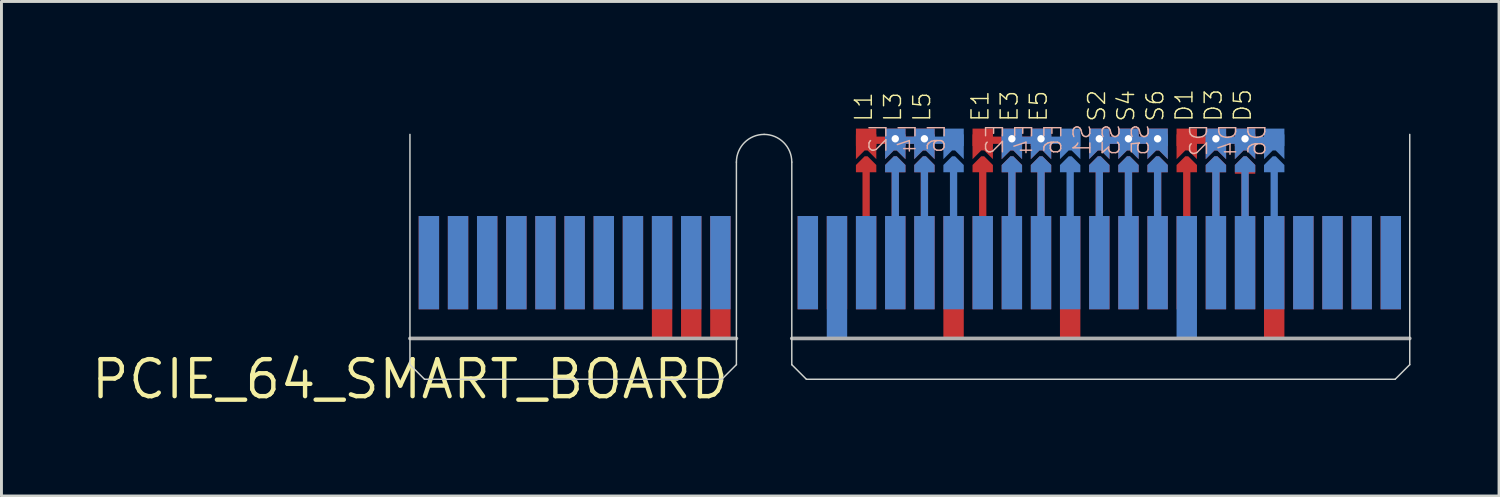
<source format=kicad_pcb>
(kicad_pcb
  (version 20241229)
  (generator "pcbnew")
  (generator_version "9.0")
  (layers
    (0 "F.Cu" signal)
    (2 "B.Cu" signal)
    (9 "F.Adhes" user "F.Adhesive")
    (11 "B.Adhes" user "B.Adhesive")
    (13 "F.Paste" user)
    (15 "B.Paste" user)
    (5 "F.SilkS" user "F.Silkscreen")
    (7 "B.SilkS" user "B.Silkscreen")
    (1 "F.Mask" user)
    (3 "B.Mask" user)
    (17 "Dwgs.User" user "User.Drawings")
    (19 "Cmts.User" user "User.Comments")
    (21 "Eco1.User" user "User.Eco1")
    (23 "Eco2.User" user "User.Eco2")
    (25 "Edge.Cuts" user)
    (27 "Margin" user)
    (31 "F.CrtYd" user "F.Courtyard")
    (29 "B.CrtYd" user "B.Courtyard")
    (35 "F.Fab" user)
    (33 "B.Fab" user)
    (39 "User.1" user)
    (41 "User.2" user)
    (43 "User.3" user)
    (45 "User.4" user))
  (footprint "PCIE_64_SMART_BOARD"
    (layer "F.Cu")
    (at 11.014 9.961)
    (property "Reference" "PCIE_64_SMART_BOARD" (at 0 0 0) (layer "F.SilkS") (effects (font (size 1.27 1.27) (thickness 0.15))))
    (attr through_hole)
    (fp_line (start 15.65 -7.15) (end 15.65 -5.55) (stroke (width 0.25) (type solid)) (layer "F.Cu"))
    (fp_line (start 16.65 -7.15) (end 16.65 -5.55) (stroke (width 0.25) (type solid)) (layer "F.Cu"))
    (fp_line (start 17.65 -8.2) (end 15.6 -8.2) (stroke (width 0.25) (type solid)) (layer "F.Cu"))
    (fp_line (start 17.65 -7.15) (end 17.65 -5.55) (stroke (width 0.25) (type solid)) (layer "F.Cu"))
    (fp_line (start 19.65 -7.15) (end 19.65 -5.55) (stroke (width 0.25) (type solid)) (layer "F.Cu"))
    (fp_line (start 20.65 -7.15) (end 20.65 -5.55) (stroke (width 0.25) (type solid)) (layer "F.Cu"))
    (fp_line (start 21.65 -7.15) (end 21.65 -5.55) (stroke (width 0.25) (type solid)) (layer "F.Cu"))
    (fp_line (start 21.7 -8.2) (end 19.65 -8.2) (stroke (width 0.25) (type solid)) (layer "F.Cu"))
    (fp_line (start 23.65 -7.15) (end 23.65 -5.55) (stroke (width 0.25) (type solid)) (layer "F.Cu"))
    (fp_line (start 23.7 -8.2) (end 25.7 -8.2) (stroke (width 0.25) (type solid)) (layer "F.Cu"))
    (fp_line (start 24.65 -7.15) (end 24.65 -5.55) (stroke (width 0.25) (type solid)) (layer "F.Cu"))
    (fp_line (start 25.65 -7.15) (end 25.65 -5.55) (stroke (width 0.25) (type solid)) (layer "F.Cu"))
    (fp_line (start 26.65 -7.15) (end 26.65 -5.55) (stroke (width 0.25) (type solid)) (layer "F.Cu"))
    (fp_line (start 26.7 -8.2) (end 28.7 -8.2) (stroke (width 0.25) (type solid)) (layer "F.Cu"))
    (fp_line (start 27.65 -7.15) (end 27.65 -5.55) (stroke (width 0.25) (type solid)) (layer "F.Cu"))
    (fp_line (start 28.65 -7.1) (end 28.65 -5.55) (stroke (width 0.25) (type solid)) (layer "F.Cu"))
    (fp_line (start 28.7 -7.1) (end 28.65 -7.1) (stroke (width 0.127) (type solid)) (layer "F.Cu"))
    (fp_poly (pts (xy 15.3 -8.6) (xy 15.3 -7.55) (xy 15.6 -7.85) (xy 15.7 -7.85) (xy 16 -7.55) (xy 16 -8.6)) (stroke (width 0) (type solid)) (fill yes) (layer "F.Cu"))
    (fp_poly (pts (xy 15.3 -7.35) (xy 15.6 -7.65) (xy 15.7 -7.65) (xy 16 -7.35) (xy 16 -7.1) (xy 15.3 -7.1)) (stroke (width 0) (type solid)) (fill yes) (layer "F.Cu"))
    (fp_poly (pts (xy 16.3 -8.6) (xy 16.3 -7.55) (xy 16.6 -7.85) (xy 16.7 -7.85) (xy 17 -7.55) (xy 17 -8.6)) (stroke (width 0) (type solid)) (fill yes) (layer "F.Cu"))
    (fp_poly (pts (xy 16.3 -7.35) (xy 16.6 -7.65) (xy 16.7 -7.65) (xy 17 -7.35) (xy 17 -7.1) (xy 16.3 -7.1)) (stroke (width 0) (type solid)) (fill yes) (layer "F.Cu"))
    (fp_poly (pts (xy 17.3 -8.6) (xy 17.3 -7.55) (xy 17.6 -7.85) (xy 17.7 -7.85) (xy 18 -7.55) (xy 18 -8.6)) (stroke (width 0) (type solid)) (fill yes) (layer "F.Cu"))
    (fp_poly (pts (xy 17.3 -7.35) (xy 17.6 -7.65) (xy 17.7 -7.65) (xy 18 -7.35) (xy 18 -7.1) (xy 17.3 -7.1)) (stroke (width 0) (type solid)) (fill yes) (layer "F.Cu"))
    (fp_poly (pts (xy 19.3 -8.6) (xy 19.3 -7.55) (xy 19.6 -7.85) (xy 19.7 -7.85) (xy 20 -7.55) (xy 20 -8.6)) (stroke (width 0) (type solid)) (fill yes) (layer "F.Cu"))
    (fp_poly (pts (xy 19.3 -7.35) (xy 19.6 -7.65) (xy 19.7 -7.65) (xy 20 -7.35) (xy 20 -7.1) (xy 19.3 -7.1)) (stroke (width 0) (type solid)) (fill yes) (layer "F.Cu"))
    (fp_poly (pts (xy 20.3 -8.6) (xy 20.3 -7.55) (xy 20.6 -7.85) (xy 20.7 -7.85) (xy 21 -7.55) (xy 21 -8.6)) (stroke (width 0) (type solid)) (fill yes) (layer "F.Cu"))
    (fp_poly (pts (xy 20.3 -7.35) (xy 20.6 -7.65) (xy 20.7 -7.65) (xy 21 -7.35) (xy 21 -7.1) (xy 20.3 -7.1)) (stroke (width 0) (type solid)) (fill yes) (layer "F.Cu"))
    (fp_poly (pts (xy 21.3 -8.6) (xy 21.3 -7.55) (xy 21.6 -7.85) (xy 21.7 -7.85) (xy 22 -7.55) (xy 22 -8.6)) (stroke (width 0) (type solid)) (fill yes) (layer "F.Cu"))
    (fp_poly (pts (xy 21.3 -7.35) (xy 21.6 -7.65) (xy 21.7 -7.65) (xy 22 -7.35) (xy 22 -7.1) (xy 21.3 -7.1)) (stroke (width 0) (type solid)) (fill yes) (layer "F.Cu"))
    (fp_poly (pts (xy 23.3 -8.6) (xy 23.3 -7.55) (xy 23.6 -7.85) (xy 23.7 -7.85) (xy 24 -7.55) (xy 24 -8.6)) (stroke (width 0) (type solid)) (fill yes) (layer "F.Cu"))
    (fp_poly (pts (xy 23.3 -7.35) (xy 23.6 -7.65) (xy 23.7 -7.65) (xy 24 -7.35) (xy 24 -7.1) (xy 23.3 -7.1)) (stroke (width 0) (type solid)) (fill yes) (layer "F.Cu"))
    (fp_poly (pts (xy 24.3 -8.6) (xy 24.3 -7.55) (xy 24.6 -7.85) (xy 24.7 -7.85) (xy 25 -7.55) (xy 25 -8.6)) (stroke (width 0) (type solid)) (fill yes) (layer "F.Cu"))
    (fp_poly (pts (xy 24.3 -7.35) (xy 24.6 -7.65) (xy 24.7 -7.65) (xy 25 -7.35) (xy 25 -7.1) (xy 24.3 -7.1)) (stroke (width 0) (type solid)) (fill yes) (layer "F.Cu"))
    (fp_poly (pts (xy 25.3 -8.6) (xy 25.3 -7.55) (xy 25.6 -7.85) (xy 25.7 -7.85) (xy 26 -7.55) (xy 26 -8.6)) (stroke (width 0) (type solid)) (fill yes) (layer "F.Cu"))
    (fp_poly (pts (xy 25.3 -7.35) (xy 25.6 -7.65) (xy 25.7 -7.65) (xy 26 -7.35) (xy 26 -7.1) (xy 25.3 -7.1)) (stroke (width 0) (type solid)) (fill yes) (layer "F.Cu"))
    (fp_poly (pts (xy 26.3 -8.6) (xy 26.3 -7.55) (xy 26.6 -7.85) (xy 26.7 -7.85) (xy 27 -7.55) (xy 27 -8.6)) (stroke (width 0) (type solid)) (fill yes) (layer "F.Cu"))
    (fp_poly (pts (xy 26.3 -7.35) (xy 26.6 -7.65) (xy 26.7 -7.65) (xy 27 -7.35) (xy 27 -7.1) (xy 26.3 -7.1)) (stroke (width 0) (type solid)) (fill yes) (layer "F.Cu"))
    (fp_poly (pts (xy 27.3 -8.6) (xy 27.3 -7.55) (xy 27.6 -7.85) (xy 27.7 -7.85) (xy 28 -7.55) (xy 28 -8.6)) (stroke (width 0) (type solid)) (fill yes) (layer "F.Cu"))
    (fp_poly (pts (xy 27.3 -7.35) (xy 27.6 -7.65) (xy 27.7 -7.65) (xy 28 -7.35) (xy 28 -7.1) (xy 27.3 -7.1)) (stroke (width 0) (type solid)) (fill yes) (layer "F.Cu"))
    (fp_poly (pts (xy 28.3 -8.6) (xy 28.3 -7.55) (xy 28.6 -7.85) (xy 28.7 -7.85) (xy 29 -7.55) (xy 29 -8.6)) (stroke (width 0) (type solid)) (fill yes) (layer "F.Cu"))
    (fp_poly (pts (xy 28.3 -7.35) (xy 28.6 -7.65) (xy 28.7 -7.65) (xy 29 -7.35) (xy 29 -7.05) (xy 28.3 -7.05)) (stroke (width 0) (type solid)) (fill yes) (layer "F.Cu"))
    (fp_poly (pts (xy 15.3 -8.6) (xy 16 -8.6) (xy 16 -7.1) (xy 15.3 -7.1)) (stroke (width 0) (type solid)) (fill yes) (layer "F.Mask"))
    (fp_poly (pts (xy 16.3 -8.6) (xy 17 -8.6) (xy 17 -7.1) (xy 16.3 -7.1)) (stroke (width 0) (type solid)) (fill yes) (layer "F.Mask"))
    (fp_poly (pts (xy 17.3 -8.6) (xy 18 -8.6) (xy 18 -7.1) (xy 17.3 -7.1)) (stroke (width 0) (type solid)) (fill yes) (layer "F.Mask"))
    (fp_poly (pts (xy 19.3 -8.6) (xy 20 -8.6) (xy 20 -7.1) (xy 19.3 -7.1)) (stroke (width 0) (type solid)) (fill yes) (layer "F.Mask"))
    (fp_poly (pts (xy 20.3 -8.6) (xy 21 -8.6) (xy 21 -7.1) (xy 20.3 -7.1)) (stroke (width 0) (type solid)) (fill yes) (layer "F.Mask"))
    (fp_poly (pts (xy 21.3 -8.6) (xy 22 -8.6) (xy 22 -7.1) (xy 21.3 -7.1)) (stroke (width 0) (type solid)) (fill yes) (layer "F.Mask"))
    (fp_poly (pts (xy 23.3 -8.6) (xy 24 -8.6) (xy 24 -7.1) (xy 23.3 -7.1)) (stroke (width 0) (type solid)) (fill yes) (layer "F.Mask"))
    (fp_poly (pts (xy 24.3 -8.6) (xy 25 -8.6) (xy 25 -7.1) (xy 24.3 -7.1)) (stroke (width 0) (type solid)) (fill yes) (layer "F.Mask"))
    (fp_poly (pts (xy 25.3 -8.6) (xy 26 -8.6) (xy 26 -7.1) (xy 25.3 -7.1)) (stroke (width 0) (type solid)) (fill yes) (layer "F.Mask"))
    (fp_poly (pts (xy 26.3 -8.6) (xy 27 -8.6) (xy 27 -7.1) (xy 26.3 -7.1)) (stroke (width 0) (type solid)) (fill yes) (layer "F.Mask"))
    (fp_poly (pts (xy 27.3 -8.6) (xy 28 -8.6) (xy 28 -7.1) (xy 27.3 -7.1)) (stroke (width 0) (type solid)) (fill yes) (layer "F.Mask"))
    (fp_poly (pts (xy 28.3 -8.6) (xy 29 -8.6) (xy 29 -7.1) (xy 28.3 -7.1)) (stroke (width 0) (type solid)) (fill yes) (layer "F.Mask"))
    (fp_line (start 16.65 -7.15) (end 16.65 -5.55) (stroke (width 0.25) (type solid)) (layer "B.Cu"))
    (fp_line (start 17.65 -5.55) (end 17.65 -7.15) (stroke (width 0.25) (type solid)) (layer "B.Cu"))
    (fp_line (start 18.65 -8.2) (end 16.6 -8.2) (stroke (width 0.25) (type solid)) (layer "B.Cu"))
    (fp_line (start 18.65 -7.15) (end 18.65 -5.55) (stroke (width 0.25) (type solid)) (layer "B.Cu"))
    (fp_line (start 20.65 -7.15) (end 20.65 -5.55) (stroke (width 0.25) (type solid)) (layer "B.Cu"))
    (fp_line (start 21.65 -5.55) (end 21.65 -7.15) (stroke (width 0.25) (type solid)) (layer "B.Cu"))
    (fp_line (start 22.65 -8.2) (end 20.6 -8.2) (stroke (width 0.25) (type solid)) (layer "B.Cu"))
    (fp_line (start 22.65 -7.15) (end 22.65 -5.55) (stroke (width 0.25) (type solid)) (layer "B.Cu"))
    (fp_line (start 23.65 -5.55) (end 23.65 -7.15) (stroke (width 0.25) (type solid)) (layer "B.Cu"))
    (fp_line (start 24.65 -7.15) (end 24.65 -5.55) (stroke (width 0.25) (type solid)) (layer "B.Cu"))
    (fp_line (start 25.65 -7.15) (end 25.65 -5.55) (stroke (width 0.25) (type solid)) (layer "B.Cu"))
    (fp_line (start 25.7 -8.2) (end 23.65 -8.2) (stroke (width 0.25) (type solid)) (layer "B.Cu"))
    (fp_line (start 27.65 -7.15) (end 27.65 -5.55) (stroke (width 0.25) (type solid)) (layer "B.Cu"))
    (fp_line (start 28.65 -7.15) (end 28.65 -5.55) (stroke (width 0.25) (type solid)) (layer "B.Cu"))
    (fp_line (start 29.65 -8.2) (end 27.6 -8.2) (stroke (width 0.25) (type solid)) (layer "B.Cu"))
    (fp_line (start 29.65 -5.55) (end 29.65 -7.15) (stroke (width 0.25) (type solid)) (layer "B.Cu"))
    (fp_poly (pts (xy 16.3 -8.6) (xy 16.3 -7.55) (xy 16.6 -7.85) (xy 16.7 -7.85) (xy 17 -7.55) (xy 17 -8.6)) (stroke (width 0) (type solid)) (fill yes) (layer "B.Cu"))
    (fp_poly (pts (xy 16.3 -7.35) (xy 16.6 -7.65) (xy 16.7 -7.65) (xy 17 -7.35) (xy 17 -7.1) (xy 16.3 -7.1)) (stroke (width 0) (type solid)) (fill yes) (layer "B.Cu"))
    (fp_poly (pts (xy 17.3 -8.6) (xy 17.3 -7.55) (xy 17.6 -7.85) (xy 17.7 -7.85) (xy 18 -7.55) (xy 18 -8.6)) (stroke (width 0) (type solid)) (fill yes) (layer "B.Cu"))
    (fp_poly (pts (xy 17.3 -7.35) (xy 17.6 -7.65) (xy 17.7 -7.65) (xy 18 -7.35) (xy 18 -7.1) (xy 17.3 -7.1)) (stroke (width 0) (type solid)) (fill yes) (layer "B.Cu"))
    (fp_poly (pts (xy 18.3 -8.6) (xy 18.3 -7.55) (xy 18.6 -7.85) (xy 18.7 -7.85) (xy 19 -7.55) (xy 19 -8.6)) (stroke (width 0) (type solid)) (fill yes) (layer "B.Cu"))
    (fp_poly (pts (xy 18.3 -7.35) (xy 18.6 -7.65) (xy 18.7 -7.65) (xy 19 -7.35) (xy 19 -7.1) (xy 18.3 -7.1)) (stroke (width 0) (type solid)) (fill yes) (layer "B.Cu"))
    (fp_poly (pts (xy 20.3 -8.6) (xy 20.3 -7.55) (xy 20.6 -7.85) (xy 20.7 -7.85) (xy 21 -7.55) (xy 21 -8.6)) (stroke (width 0) (type solid)) (fill yes) (layer "B.Cu"))
    (fp_poly (pts (xy 20.3 -7.35) (xy 20.6 -7.65) (xy 20.7 -7.65) (xy 21 -7.35) (xy 21 -7.1) (xy 20.3 -7.1)) (stroke (width 0) (type solid)) (fill yes) (layer "B.Cu"))
    (fp_poly (pts (xy 21.3 -8.6) (xy 21.3 -7.55) (xy 21.6 -7.85) (xy 21.7 -7.85) (xy 22 -7.55) (xy 22 -8.6)) (stroke (width 0) (type solid)) (fill yes) (layer "B.Cu"))
    (fp_poly (pts (xy 21.3 -7.35) (xy 21.6 -7.65) (xy 21.7 -7.65) (xy 22 -7.35) (xy 22 -7.1) (xy 21.3 -7.1)) (stroke (width 0) (type solid)) (fill yes) (layer "B.Cu"))
    (fp_poly (pts (xy 22.3 -8.6) (xy 22.3 -7.55) (xy 22.6 -7.85) (xy 22.7 -7.85) (xy 23 -7.55) (xy 23 -8.6)) (stroke (width 0) (type solid)) (fill yes) (layer "B.Cu"))
    (fp_poly (pts (xy 22.3 -7.35) (xy 22.6 -7.65) (xy 22.7 -7.65) (xy 23 -7.35) (xy 23 -7.1) (xy 22.3 -7.1)) (stroke (width 0) (type solid)) (fill yes) (layer "B.Cu"))
    (fp_poly (pts (xy 23.3 -8.6) (xy 23.3 -7.55) (xy 23.6 -7.85) (xy 23.7 -7.85) (xy 24 -7.55) (xy 24 -8.6)) (stroke (width 0) (type solid)) (fill yes) (layer "B.Cu"))
    (fp_poly (pts (xy 23.3 -7.35) (xy 23.6 -7.65) (xy 23.7 -7.65) (xy 24 -7.35) (xy 24 -7.1) (xy 23.3 -7.1)) (stroke (width 0) (type solid)) (fill yes) (layer "B.Cu"))
    (fp_poly (pts (xy 24.3 -8.6) (xy 24.3 -7.55) (xy 24.6 -7.85) (xy 24.7 -7.85) (xy 25 -7.55) (xy 25 -8.6)) (stroke (width 0) (type solid)) (fill yes) (layer "B.Cu"))
    (fp_poly (pts (xy 24.3 -7.35) (xy 24.6 -7.65) (xy 24.7 -7.65) (xy 25 -7.35) (xy 25 -7.1) (xy 24.3 -7.1)) (stroke (width 0) (type solid)) (fill yes) (layer "B.Cu"))
    (fp_poly (pts (xy 25.3 -8.6) (xy 25.3 -7.55) (xy 25.6 -7.85) (xy 25.7 -7.85) (xy 26 -7.55) (xy 26 -8.6)) (stroke (width 0) (type solid)) (fill yes) (layer "B.Cu"))
    (fp_poly (pts (xy 25.3 -7.35) (xy 25.6 -7.65) (xy 25.7 -7.65) (xy 26 -7.35) (xy 26 -7.1) (xy 25.3 -7.1)) (stroke (width 0) (type solid)) (fill yes) (layer "B.Cu"))
    (fp_poly (pts (xy 27.3 -8.6) (xy 27.3 -7.55) (xy 27.6 -7.85) (xy 27.7 -7.85) (xy 28 -7.55) (xy 28 -8.6)) (stroke (width 0) (type solid)) (fill yes) (layer "B.Cu"))
    (fp_poly (pts (xy 27.3 -7.35) (xy 27.6 -7.65) (xy 27.7 -7.65) (xy 28 -7.35) (xy 28 -7.1) (xy 27.3 -7.1)) (stroke (width 0) (type solid)) (fill yes) (layer "B.Cu"))
    (fp_poly (pts (xy 28.3 -8.6) (xy 28.3 -7.55) (xy 28.6 -7.85) (xy 28.7 -7.85) (xy 29 -7.55) (xy 29 -8.6)) (stroke (width 0) (type solid)) (fill yes) (layer "B.Cu"))
    (fp_poly (pts (xy 28.3 -7.35) (xy 28.6 -7.65) (xy 28.7 -7.65) (xy 29 -7.35) (xy 29 -7.1) (xy 28.3 -7.1)) (stroke (width 0) (type solid)) (fill yes) (layer "B.Cu"))
    (fp_poly (pts (xy 29.3 -8.6) (xy 29.3 -7.55) (xy 29.6 -7.85) (xy 29.7 -7.85) (xy 30 -7.55) (xy 30 -8.6)) (stroke (width 0) (type solid)) (fill yes) (layer "B.Cu"))
    (fp_poly (pts (xy 29.3 -7.35) (xy 29.6 -7.65) (xy 29.7 -7.65) (xy 30 -7.35) (xy 30 -7.1) (xy 29.3 -7.1)) (stroke (width 0) (type solid)) (fill yes) (layer "B.Cu"))
    (fp_poly (pts (xy 16.3 -8.6) (xy 17 -8.6) (xy 17 -7.1) (xy 16.3 -7.1)) (stroke (width 0) (type solid)) (fill yes) (layer "B.Mask"))
    (fp_poly (pts (xy 17.3 -8.6) (xy 18 -8.6) (xy 18 -7.1) (xy 17.3 -7.1)) (stroke (width 0) (type solid)) (fill yes) (layer "B.Mask"))
    (fp_poly (pts (xy 18.3 -8.6) (xy 19 -8.6) (xy 19 -7.1) (xy 18.3 -7.1)) (stroke (width 0) (type solid)) (fill yes) (layer "B.Mask"))
    (fp_poly (pts (xy 20.3 -8.6) (xy 21 -8.6) (xy 21 -7.1) (xy 20.3 -7.1)) (stroke (width 0) (type solid)) (fill yes) (layer "B.Mask"))
    (fp_poly (pts (xy 21.3 -8.6) (xy 22 -8.6) (xy 22 -7.1) (xy 21.3 -7.1)) (stroke (width 0) (type solid)) (fill yes) (layer "B.Mask"))
    (fp_poly (pts (xy 22.3 -8.6) (xy 23 -8.6) (xy 23 -7.1) (xy 22.3 -7.1)) (stroke (width 0) (type solid)) (fill yes) (layer "B.Mask"))
    (fp_poly (pts (xy 23.3 -8.6) (xy 24 -8.6) (xy 24 -7.1) (xy 23.3 -7.1)) (stroke (width 0) (type solid)) (fill yes) (layer "B.Mask"))
    (fp_poly (pts (xy 24.3 -8.6) (xy 25 -8.6) (xy 25 -7.1) (xy 24.3 -7.1)) (stroke (width 0) (type solid)) (fill yes) (layer "B.Mask"))
    (fp_poly (pts (xy 25.3 -8.6) (xy 26 -8.6) (xy 26 -7.1) (xy 25.3 -7.1)) (stroke (width 0) (type solid)) (fill yes) (layer "B.Mask"))
    (fp_poly (pts (xy 27.3 -8.6) (xy 28 -8.6) (xy 28 -7.1) (xy 27.3 -7.1)) (stroke (width 0) (type solid)) (fill yes) (layer "B.Mask"))
    (fp_poly (pts (xy 28.3 -8.6) (xy 29 -8.6) (xy 29 -7.1) (xy 28.3 -7.1)) (stroke (width 0) (type solid)) (fill yes) (layer "B.Mask"))
    (fp_poly (pts (xy 29.3 -8.6) (xy 30 -8.6) (xy 30 -7.1) (xy 29.3 -7.1)) (stroke (width 0) (type solid)) (fill yes) (layer "B.Mask"))
    (fp_line (start 0 -8.4) (end 0 -0.5) (stroke (width 0.05) (type solid)) (layer "Edge.Cuts"))
    (fp_line (start 0 -0.5) (end 0.5 0) (stroke (width 0.05) (type solid)) (layer "Edge.Cuts"))
    (fp_line (start 0.5 0) (end 10.7 0) (stroke (width 0.05) (type solid)) (layer "Edge.Cuts"))
    (fp_line (start 10.7 0) (end 11.2 -0.5) (stroke (width 0.05) (type solid)) (layer "Edge.Cuts"))
    (fp_line (start 11.2 -0.5) (end 11.2 -7.45) (stroke (width 0.05) (type solid)) (layer "Edge.Cuts"))
    (fp_line (start 13.1 -7.45) (end 13.1 -0.5) (stroke (width 0.05) (type solid)) (layer "Edge.Cuts"))
    (fp_line (start 13.1 -0.5) (end 13.6 0) (stroke (width 0.05) (type solid)) (layer "Edge.Cuts"))
    (fp_line (start 13.6 0) (end 33.8 0) (stroke (width 0.05) (type solid)) (layer "Edge.Cuts"))
    (fp_line (start 33.8 0) (end 34.3 -0.5) (stroke (width 0.05) (type solid)) (layer "Edge.Cuts"))
    (fp_line (start 34.3 -0.5) (end 34.3 -8.4) (stroke (width 0.05) (type solid)) (layer "Edge.Cuts"))
    (fp_arc (start 11.2 -7.45) (mid 11.478249 -8.121751) (end 12.15 -8.4) (stroke (width 0.05) (type solid)) (layer "Edge.Cuts"))
    (fp_arc (start 12.15 -8.4) (mid 12.821751 -8.121751) (end 13.1 -7.45) (stroke (width 0.05) (type solid)) (layer "Edge.Cuts"))
    (fp_line (start 0 -1.4) (end 11.2 -1.4) (stroke (width 0.127) (type solid)) (layer "F.Fab"))
    (fp_line (start 13.1 -1.4) (end 34.3 -1.4) (stroke (width 0.127) (type solid)) (layer "F.Fab"))
    (fp_text user "L3" (at 16.9 -8.8 90) (layer "F.SilkS") (effects (font (size 0.579 0.579) (thickness 0.049)) (justify left bottom)))
    (fp_text user "E1" (at 19.9 -8.8 90) (layer "F.SilkS") (effects (font (size 0.579 0.579) (thickness 0.049)) (justify left bottom)))
    (fp_text user "D1" (at 26.9 -8.8 90) (layer "F.SilkS") (effects (font (size 0.579 0.579) (thickness 0.049)) (justify left bottom)))
    (fp_text user "D5" (at 28.9 -8.8 90) (layer "F.SilkS") (effects (font (size 0.579 0.579) (thickness 0.049)) (justify left bottom)))
    (fp_text user "E5" (at 21.9 -8.8 90) (layer "F.SilkS") (effects (font (size 0.579 0.579) (thickness 0.049)) (justify left bottom)))
    (fp_text user "S4" (at 24.9 -8.8 90) (layer "F.SilkS") (effects (font (size 0.579 0.579) (thickness 0.049)) (justify left bottom)))
    (fp_text user "L1" (at 15.9 -8.8 90) (layer "F.SilkS") (effects (font (size 0.579 0.579) (thickness 0.049)) (justify left bottom)))
    (fp_text user "S2" (at 23.9 -8.8 90) (layer "F.SilkS") (effects (font (size 0.579 0.579) (thickness 0.049)) (justify left bottom)))
    (fp_text user "D3" (at 27.9 -8.8 90) (layer "F.SilkS") (effects (font (size 0.579 0.579) (thickness 0.049)) (justify left bottom)))
    (fp_text user "E3" (at 20.9 -8.8 90) (layer "F.SilkS") (effects (font (size 0.579 0.579) (thickness 0.049)) (justify left bottom)))
    (fp_text user "S6" (at 25.9 -8.8 90) (layer "F.SilkS") (effects (font (size 0.579 0.579) (thickness 0.049)) (justify left bottom)))
    (fp_text user "L5" (at 17.9 -8.8 90) (layer "F.SilkS") (effects (font (size 0.579 0.579) (thickness 0.049)) (justify left bottom)))
    (fp_text user "D6" (at 29.4 -8.8 270) (layer "B.SilkS") (effects (font (size 0.579 0.579) (thickness 0.049)) (justify left bottom mirror)))
    (fp_text user "S3" (at 24.4 -8.8 270) (layer "B.SilkS") (effects (font (size 0.579 0.579) (thickness 0.049)) (justify left bottom mirror)))
    (fp_text user "L2" (at 16.4 -8.8 270) (layer "B.SilkS") (effects (font (size 0.579 0.579) (thickness 0.049)) (justify left bottom mirror)))
    (fp_text user "D2" (at 27.4 -8.8 270) (layer "B.SilkS") (effects (font (size 0.579 0.579) (thickness 0.049)) (justify left bottom mirror)))
    (fp_text user "L6" (at 18.4 -8.8 270) (layer "B.SilkS") (effects (font (size 0.579 0.579) (thickness 0.049)) (justify left bottom mirror)))
    (fp_text user "E4" (at 21.4 -8.8 270) (layer "B.SilkS") (effects (font (size 0.579 0.579) (thickness 0.049)) (justify left bottom mirror)))
    (fp_text user "S5" (at 25.4 -8.8 270) (layer "B.SilkS") (effects (font (size 0.579 0.579) (thickness 0.049)) (justify left bottom mirror)))
    (fp_text user "S1" (at 23.4 -8.8 270) (layer "B.SilkS") (effects (font (size 0.579 0.579) (thickness 0.049)) (justify left bottom mirror)))
    (fp_text user "D4" (at 28.4 -8.8 270) (layer "B.SilkS") (effects (font (size 0.579 0.579) (thickness 0.049)) (justify left bottom mirror)))
    (fp_text user "E2" (at 20.4 -8.8 270) (layer "B.SilkS") (effects (font (size 0.579 0.579) (thickness 0.049)) (justify left bottom mirror)))
    (fp_text user "L4" (at 17.4 -8.8 270) (layer "B.SilkS") (effects (font (size 0.579 0.579) (thickness 0.049)) (justify left bottom mirror)))
    (fp_text user "E6" (at 22.4 -8.8 270) (layer "B.SilkS") (effects (font (size 0.579 0.579) (thickness 0.049)) (justify left bottom mirror)))
    (pad "GND@1" smd rect (at 8.65 -3.5 180) (size 0.7 4.2) (layers "F.Cu" "F.Mask"))
    (pad "GND@2" smd rect (at 9.65 -3.5 180) (size 0.7 4.2) (layers "F.Cu" "F.Mask"))
    (pad "GND@3" smd rect (at 10.65 -3.5 180) (size 0.7 4.2) (layers "F.Cu" "F.Mask"))
    (pad "P$1" smd rect (at 0.65 -4) (size 0.7 3.2) (layers "B.Cu" "B.Mask"))
    (pad "P$2" smd rect (at 1.65 -4) (size 0.7 3.2) (layers "B.Cu" "B.Mask"))
    (pad "P$3" smd rect (at 2.65 -4) (size 0.7 3.2) (layers "B.Cu" "B.Mask"))
    (pad "P$4" smd rect (at 3.65 -4) (size 0.7 3.2) (layers "B.Cu" "B.Mask"))
    (pad "P$5" smd rect (at 4.65 -4) (size 0.7 3.2) (layers "B.Cu" "B.Mask"))
    (pad "P$6" smd rect (at 5.65 -4) (size 0.7 3.2) (layers "B.Cu" "B.Mask"))
    (pad "P$7" smd rect (at 6.65 -4) (size 0.7 3.2) (layers "B.Cu" "B.Mask"))
    (pad "P$8" smd rect (at 7.65 -4) (size 0.7 3.2) (layers "B.Cu" "B.Mask"))
    (pad "P$9" smd rect (at 8.65 -4) (size 0.7 3.2) (layers "B.Cu" "B.Mask"))
    (pad "P$10" smd rect (at 9.65 -4) (size 0.7 3.2) (layers "B.Cu" "B.Mask"))
    (pad "P$11" smd rect (at 10.65 -4) (size 0.7 3.2) (layers "B.Cu" "B.Mask"))
    (pad "P$12" smd rect (at 13.65 -4) (size 0.7 3.2) (layers "B.Cu" "B.Mask"))
    (pad "P$13" smd rect (at 14.65 -3.5) (size 0.7 4.2) (layers "B.Cu" "B.Mask"))
    (pad "P$14" smd rect (at 15.65 -4) (size 0.7 3.2) (layers "B.Cu" "B.Mask"))
    (pad "P$15" smd rect (at 16.65 -4) (size 0.7 3.2) (layers "B.Cu" "B.Mask"))
    (pad "P$15@1" smd rect (at 16.65 -8.2 180) (size 0.7 0.4) (layers "B.Cu" "B.Mask"))
    (pad "P$16" smd rect (at 17.65 -4) (size 0.7 3.2) (layers "B.Cu" "B.Mask"))
    (pad "P$16@1" smd rect (at 17.65 -8.2 180) (size 0.7 0.4) (layers "B.Cu" "B.Mask"))
    (pad "P$17" smd rect (at 18.65 -4) (size 0.7 3.2) (layers "B.Cu" "B.Mask"))
    (pad "P$17@1" smd rect (at 18.65 -8.2 180) (size 0.7 0.4) (layers "B.Cu" "B.Mask"))
    (pad "P$18" smd rect (at 19.65 -4) (size 0.7 3.2) (layers "B.Cu" "B.Mask"))
    (pad "P$19" smd rect (at 20.65 -4) (size 0.7 3.2) (layers "B.Cu" "B.Mask"))
    (pad "P$19@1" smd rect (at 20.65 -8.2) (size 0.7 0.4) (layers "B.Cu" "B.Mask"))
    (pad "P$20" smd rect (at 21.65 -4) (size 0.7 3.2) (layers "B.Cu" "B.Mask"))
    (pad "P$20@1" smd rect (at 21.65 -8.2) (size 0.7 0.4) (layers "B.Cu" "B.Mask"))
    (pad "P$21" smd rect (at 22.65 -4) (size 0.7 3.2) (layers "B.Cu" "B.Mask"))
    (pad "P$21@1" smd rect (at 22.65 -8.2) (size 0.7 0.4) (layers "B.Cu" "B.Mask"))
    (pad "P$22" smd rect (at 23.65 -4) (size 0.7 3.2) (layers "B.Cu" "B.Mask"))
    (pad "P$22@1" smd rect (at 23.65 -8.2) (size 0.7 0.4) (layers "B.Cu" "B.Mask"))
    (pad "P$23" smd rect (at 24.65 -4) (size 0.7 3.2) (layers "B.Cu" "B.Mask"))
    (pad "P$23@1" smd rect (at 24.65 -8.2) (size 0.7 0.4) (layers "B.Cu" "B.Mask"))
    (pad "P$24" smd rect (at 25.65 -4) (size 0.7 3.2) (layers "B.Cu" "B.Mask"))
    (pad "P$24@1" smd rect (at 25.65 -8.2) (size 0.7 0.4) (layers "B.Cu" "B.Mask"))
    (pad "P$25" smd rect (at 26.65 -3.5) (size 0.7 4.2) (layers "B.Cu" "B.Mask"))
    (pad "P$26" smd rect (at 27.65 -4) (size 0.7 3.2) (layers "B.Cu" "B.Mask"))
    (pad "P$26@1" smd rect (at 27.65 -8.2) (size 0.7 0.4) (layers "B.Cu" "B.Mask"))
    (pad "P$27" smd rect (at 28.65 -4) (size 0.7 3.2) (layers "B.Cu" "B.Mask"))
    (pad "P$27@1" smd rect (at 28.65 -8.2) (size 0.7 0.4) (layers "B.Cu" "B.Mask"))
    (pad "P$28" smd rect (at 29.65 -4) (size 0.7 3.2) (layers "B.Cu" "B.Mask"))
    (pad "P$28@1" smd rect (at 29.65 -8.2) (size 0.7 0.4) (layers "B.Cu" "B.Mask"))
    (pad "P$29" smd rect (at 30.65 -4) (size 0.7 3.2) (layers "B.Cu" "B.Mask"))
    (pad "P$30" smd rect (at 31.65 -4) (size 0.7 3.2) (layers "B.Cu" "B.Mask"))
    (pad "P$31" smd rect (at 32.65 -4) (size 0.7 3.2) (layers "B.Cu" "B.Mask"))
    (pad "P$32" smd rect (at 33.65 -4) (size 0.7 3.2) (layers "B.Cu" "B.Mask"))
    (pad "P$33" smd rect (at 0.65 -4 180) (size 0.7 3.2) (layers "F.Cu" "F.Mask"))
    (pad "P$34" smd rect (at 1.65 -4 180) (size 0.7 3.2) (layers "F.Cu" "F.Mask"))
    (pad "P$35" smd rect (at 2.65 -4 180) (size 0.7 3.2) (layers "F.Cu" "F.Mask"))
    (pad "P$36" smd rect (at 3.65 -4 180) (size 0.7 3.2) (layers "F.Cu" "F.Mask"))
    (pad "P$37" smd rect (at 4.65 -4 180) (size 0.7 3.2) (layers "F.Cu" "F.Mask"))
    (pad "P$38" smd rect (at 5.65 -4 180) (size 0.7 3.2) (layers "F.Cu" "F.Mask"))
    (pad "P$39" smd rect (at 6.65 -4 180) (size 0.7 3.2) (layers "F.Cu" "F.Mask"))
    (pad "P$40" smd rect (at 7.65 -4 180) (size 0.7 3.2) (layers "F.Cu" "F.Mask"))
    (pad "P$41" thru_hole circle (at 21.65 -8.25 90) (size 0.305 0.305) (drill 0.254) (layers "*.Cu" "*.Mask"))
    (pad "P$42" thru_hole circle (at 17.65 -8.25 90) (size 0.305 0.305) (drill 0.254) (layers "*.Cu" "*.Mask"))
    (pad "P$43" thru_hole circle (at 16.65 -8.25 90) (size 0.305 0.305) (drill 0.254) (layers "*.Cu" "*.Mask"))
    (pad "P$44" smd rect (at 13.65 -4 180) (size 0.7 3.2) (layers "F.Cu" "F.Mask"))
    (pad "P$45" smd rect (at 14.65 -4 180) (size 0.7 3.2) (layers "F.Cu" "F.Mask"))
    (pad "P$46" smd rect (at 15.65 -4 180) (size 0.7 3.2) (layers "F.Cu" "F.Mask"))
    (pad "P$46@1" smd rect (at 15.65 -8.2) (size 0.7 0.4) (layers "F.Cu" "F.Mask"))
    (pad "P$47" smd rect (at 16.65 -4 180) (size 0.7 3.2) (layers "F.Cu" "F.Mask"))
    (pad "P$47@1" smd rect (at 16.65 -8.2) (size 0.7 0.4) (layers "F.Cu" "F.Mask"))
    (pad "P$48" smd rect (at 17.65 -4 180) (size 0.7 3.2) (layers "F.Cu" "F.Mask"))
    (pad "P$48@1" smd rect (at 17.65 -8.2) (size 0.7 0.4) (layers "F.Cu" "F.Mask"))
    (pad "P$49" smd rect (at 18.65 -3.5 180) (size 0.7 4.2) (layers "F.Cu" "F.Mask"))
    (pad "P$50" smd rect (at 19.65 -4 180) (size 0.7 3.2) (layers "F.Cu" "F.Mask"))
    (pad "P$50@1" smd rect (at 19.65 -8.2) (size 0.7 0.4) (layers "F.Cu" "F.Mask"))
    (pad "P$51" smd rect (at 20.65 -4 180) (size 0.7 3.2) (layers "F.Cu" "F.Mask"))
    (pad "P$51@1" smd rect (at 20.65 -8.2) (size 0.7 0.4) (layers "F.Cu" "F.Mask"))
    (pad "P$52" smd rect (at 21.65 -4 180) (size 0.7 3.2) (layers "F.Cu" "F.Mask"))
    (pad "P$52@1" smd rect (at 21.65 -8.2) (size 0.7 0.4) (layers "F.Cu" "F.Mask"))
    (pad "P$53" smd rect (at 22.65 -3.5 180) (size 0.7 4.2) (layers "F.Cu" "F.Mask"))
    (pad "P$54" smd rect (at 23.65 -4 180) (size 0.7 3.2) (layers "F.Cu" "F.Mask"))
    (pad "P$54@1" smd rect (at 23.65 -8.2) (size 0.7 0.4) (layers "F.Cu" "F.Mask"))
    (pad "P$55" smd rect (at 24.65 -4 180) (size 0.7 3.2) (layers "F.Cu" "F.Mask"))
    (pad "P$55@1" smd rect (at 24.65 -8.2) (size 0.7 0.4) (layers "F.Cu" "F.Mask"))
    (pad "P$56" smd rect (at 25.65 -4 180) (size 0.7 3.2) (layers "F.Cu" "F.Mask"))
    (pad "P$56@1" smd rect (at 25.65 -8.2) (size 0.7 0.4) (layers "F.Cu" "F.Mask"))
    (pad "P$57" smd rect (at 26.65 -4 180) (size 0.7 3.2) (layers "F.Cu" "F.Mask"))
    (pad "P$57@1" smd rect (at 26.65 -8.2) (size 0.7 0.4) (layers "F.Cu" "F.Mask"))
    (pad "P$58" smd rect (at 27.65 -4 180) (size 0.7 3.2) (layers "F.Cu" "F.Mask"))
    (pad "P$58@1" smd rect (at 27.65 -8.2) (size 0.7 0.4) (layers "F.Cu" "F.Mask"))
    (pad "P$59" smd rect (at 28.65 -4 180) (size 0.7 3.2) (layers "F.Cu" "F.Mask"))
    (pad "P$59@1" smd rect (at 28.65 -8.2) (size 0.7 0.4) (layers "F.Cu" "F.Mask"))
    (pad "P$60" smd rect (at 29.65 -3.5 180) (size 0.7 4.2) (layers "F.Cu" "F.Mask"))
    (pad "P$61" smd rect (at 30.65 -4 180) (size 0.7 3.2) (layers "F.Cu" "F.Mask"))
    (pad "P$62" smd rect (at 31.65 -4 180) (size 0.7 3.2) (layers "F.Cu" "F.Mask"))
    (pad "P$63" smd rect (at 32.65 -4 180) (size 0.7 3.2) (layers "F.Cu" "F.Mask"))
    (pad "P$64" smd rect (at 33.65 -4 180) (size 0.7 3.2) (layers "F.Cu" "F.Mask"))
    (pad "P$65" thru_hole circle (at 20.65 -8.25 90) (size 0.305 0.305) (drill 0.254) (layers "*.Cu" "*.Mask"))
    (pad "P$66" thru_hole circle (at 23.65 -8.25 90) (size 0.305 0.305) (drill 0.254) (layers "*.Cu" "*.Mask"))
    (pad "P$67" thru_hole circle (at 24.65 -8.25 90) (size 0.305 0.305) (drill 0.254) (layers "*.Cu" "*.Mask"))
    (pad "P$68" thru_hole circle (at 27.65 -8.25 90) (size 0.305 0.305) (drill 0.254) (layers "*.Cu" "*.Mask"))
    (pad "P$69" thru_hole circle (at 28.65 -8.25 90) (size 0.305 0.305) (drill 0.254) (layers "*.Cu" "*.Mask"))
    (pad "P$70" thru_hole circle (at 25.65 -8.25 90) (size 0.305 0.305) (drill 0.254) (layers "*.Cu" "*.Mask")))
  (gr_rect
    (start -3 -3)
    (end 48.377 13.967)
    (stroke (width 0.1) (type default))
    (fill no)
    (layer "Edge.Cuts")))
</source>
